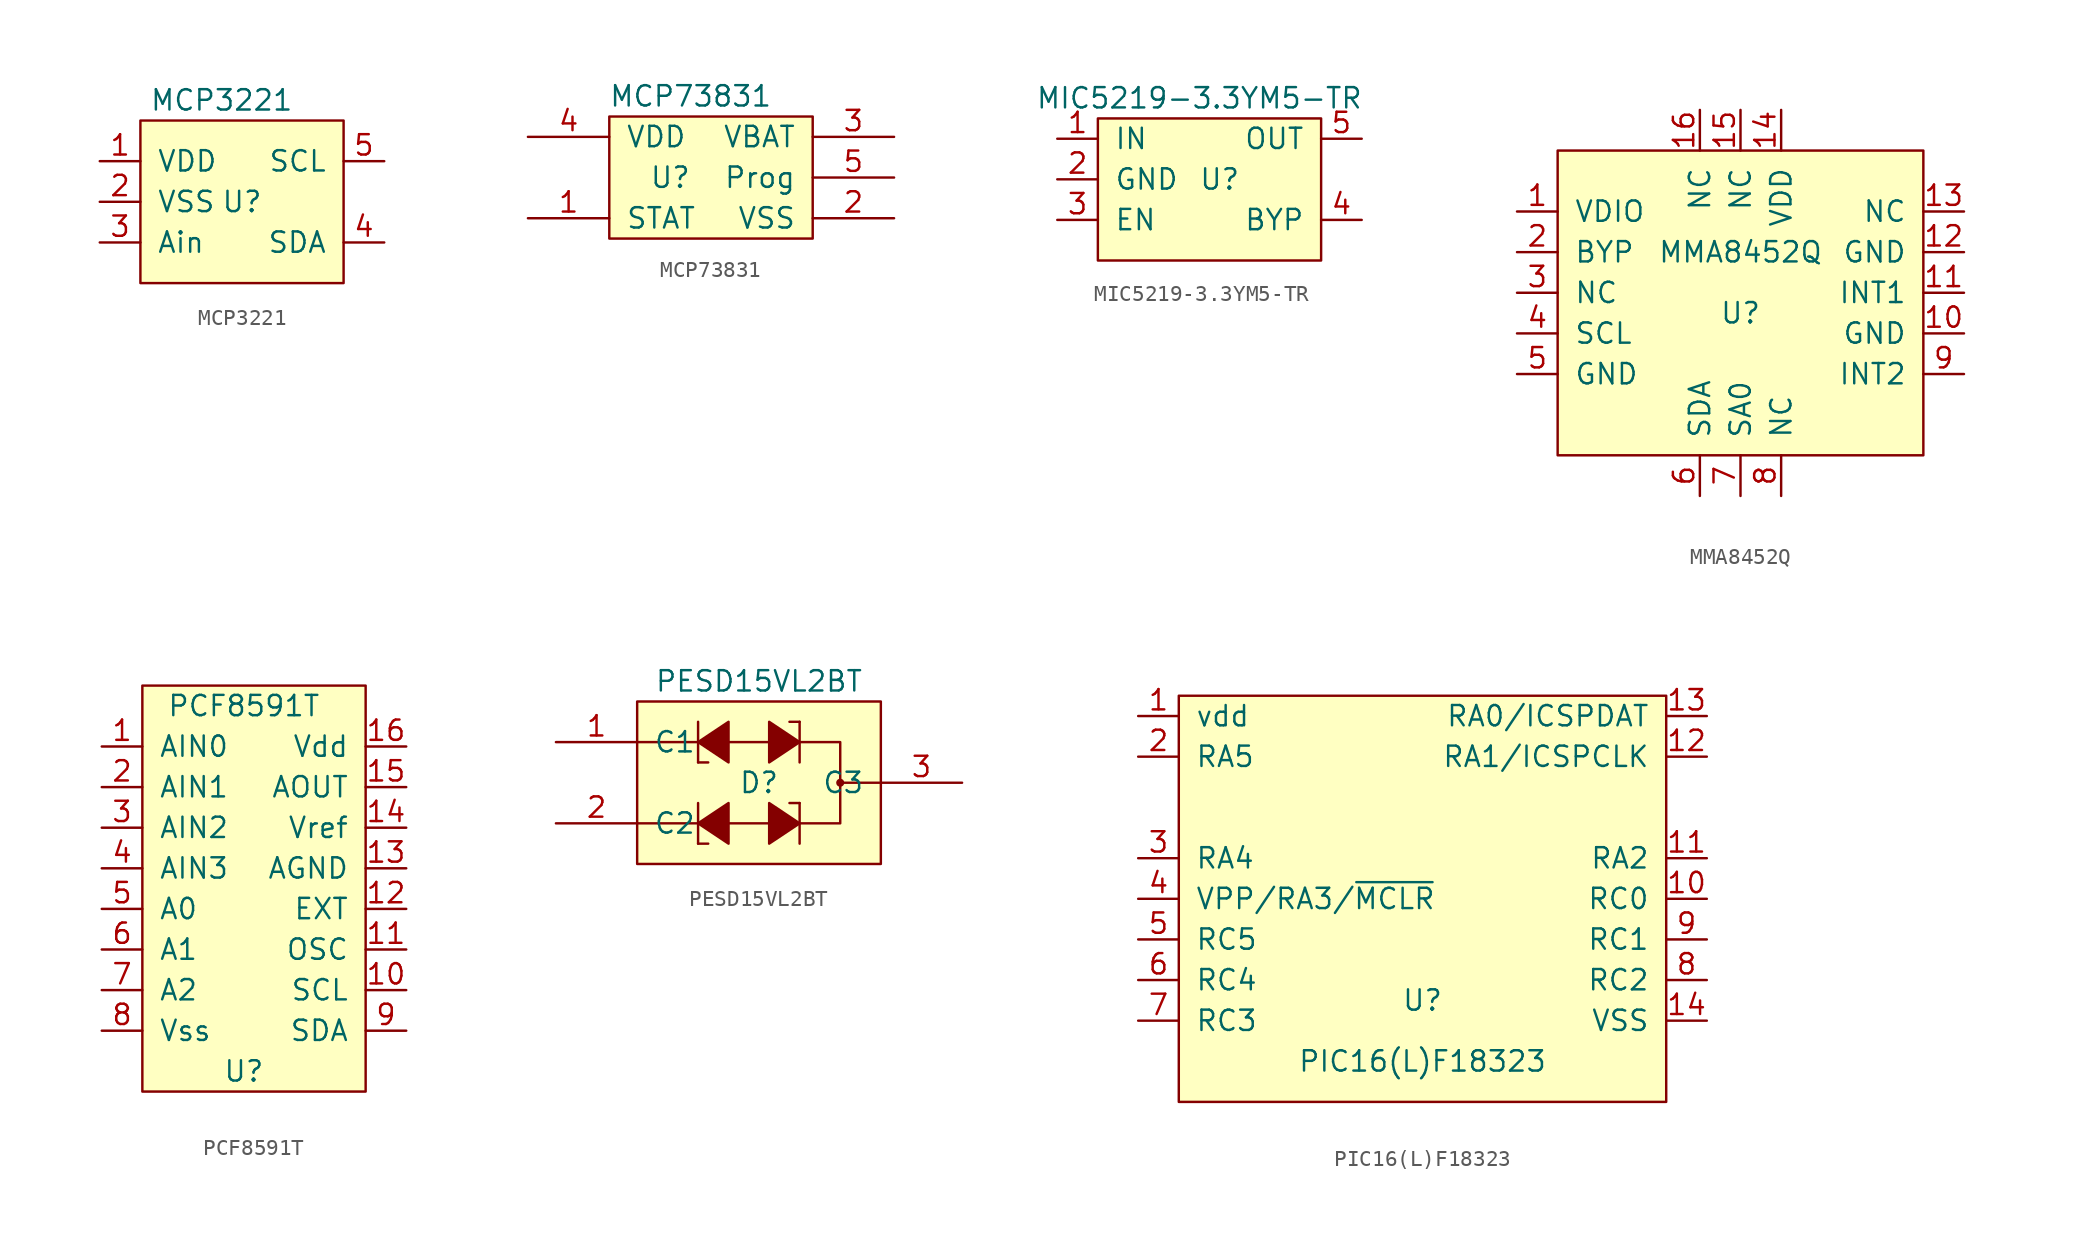
<source format=kicad_sym>
(kicad_symbol_lib
  (version 20201005)
  (generator kicad_symbol_editor)
  (symbol "Halfgelijders:MCP3221"
    (pin_names
      (offset 1.016))
    (property "Reference" "U"
      (at 2.54 0 0)
      (effects (font (size 1.27 1.27))))
    (property "Value" "MCP3221"
      (at 1.27 6.35 0)
      (effects (font (size 1.27 1.27))))
    (symbol "MCP3221_0_1"
      (rectangle (start -3.81 5.08) (end 8.89 -5.08) (stroke (width 0)) (fill (type background))))
    (symbol "MCP3221_1_1"
      (pin power_in line (at -6.35 2.54 0) (length 2.54) (name "VDD" (effects (font (size 1.27 1.27)))) (number "1" (effects (font (size 1.27 1.27)))))
      (pin power_out line (at -6.35 0 0) (length 2.54) (name "VSS" (effects (font (size 1.27 1.27)))) (number "2" (effects (font (size 1.27 1.27)))))
      (pin input line (at -6.35 -2.54 0) (length 2.54) (name "Ain" (effects (font (size 1.27 1.27)))) (number "3" (effects (font (size 1.27 1.27)))))
      (pin bidirectional line (at 11.43 -2.54 180) (length 2.54) (name "SDA" (effects (font (size 1.27 1.27)))) (number "4" (effects (font (size 1.27 1.27)))))
      (pin input line (at 11.43 2.54 180) (length 2.54) (name "SCL" (effects (font (size 1.27 1.27)))) (number "5" (effects (font (size 1.27 1.27)))))))
  (symbol "Halfgelijders:MCP73831"
    (pin_names
      (offset 1.016))
    (property "Reference" "U"
      (at 8.89 5.08 0)
      (effects (font (size 1.27 1.27))))
    (property "Value" "MCP73831"
      (at 10.16 10.16 0)
      (effects (font (size 1.27 1.27))))
    (symbol "MCP73831_0_1"
      (rectangle (start 5.08 8.89) (end 17.78 1.27) (stroke (width 0)) (fill (type background))))
    (symbol "MCP73831_1_1"
      (pin passive line (at 0 2.54 0) (length 5.08) (name "STAT" (effects (font (size 1.27 1.27)))) (number "1" (effects (font (size 1.27 1.27)))))
      (pin passive line (at 22.86 2.54 180) (length 5.08) (name "VSS" (effects (font (size 1.27 1.27)))) (number "2" (effects (font (size 1.27 1.27)))))
      (pin input line (at 22.86 7.62 180) (length 5.08) (name "VBAT" (effects (font (size 1.27 1.27)))) (number "3" (effects (font (size 1.27 1.27)))))
      (pin passive line (at 0 7.62 0) (length 5.08) (name "VDD" (effects (font (size 1.27 1.27)))) (number "4" (effects (font (size 1.27 1.27)))))
      (pin passive line (at 22.86 5.08 180) (length 5.08) (name "Prog" (effects (font (size 1.27 1.27)))) (number "5" (effects (font (size 1.27 1.27)))))))
  (symbol "Halfgelijders:MIC5219-3.3YM5-TR"
    (pin_names
      (offset 1.016))
    (property "Reference" "U"
      (at 7.62 -2.54 0)
      (effects (font (size 1.27 1.27))))
    (property "Value" "MIC5219-3.3YM5-TR"
      (at 6.35 2.54 0)
      (effects (font (size 1.27 1.27))))
    (symbol "MIC5219-3.3YM5-TR_0_1"
      (rectangle (start 0 1.27) (end 13.97 -7.62) (stroke (width 0)) (fill (type background))))
    (symbol "MIC5219-3.3YM5-TR_1_1"
      (pin power_in line (at -2.54 0 0) (length 2.54) (name "IN" (effects (font (size 1.27 1.27)))) (number "1" (effects (font (size 1.27 1.27)))))
      (pin power_out line (at -2.54 -2.54 0) (length 2.54) (name "GND" (effects (font (size 1.27 1.27)))) (number "2" (effects (font (size 1.27 1.27)))))
      (pin input line (at -2.54 -5.08 0) (length 2.54) (name "EN" (effects (font (size 1.27 1.27)))) (number "3" (effects (font (size 1.27 1.27)))))
      (pin output line (at 16.51 -5.08 180) (length 2.54) (name "BYP" (effects (font (size 1.27 1.27)))) (number "4" (effects (font (size 1.27 1.27)))))
      (pin power_out line (at 16.51 0 180) (length 2.54) (name "OUT" (effects (font (size 1.27 1.27)))) (number "5" (effects (font (size 1.27 1.27)))))))
  (symbol "Halfgelijders:MMA8452Q"
    (pin_names
      (offset 1.016))
    (property "Reference" "U"
      (at 11.43 -6.35 0)
      (effects (font (size 1.27 1.27))))
    (property "Value" "MMA8452Q"
      (at 11.43 -2.54 0)
      (effects (font (size 1.27 1.27))))
    (symbol "MMA8452Q_0_0"
      (rectangle (start 0 3.81) (end 22.86 -15.24) (stroke (width 0)) (fill (type background))))
    (symbol "MMA8452Q_1_1"
      (pin input line (at -2.54 0 0) (length 2.54) (name "VDIO" (effects (font (size 1.27 1.27)))) (number "1" (effects (font (size 1.27 1.27)))))
      (pin input line (at 25.4 -7.62 180) (length 2.54) (name "GND" (effects (font (size 1.27 1.27)))) (number "10" (effects (font (size 1.27 1.27)))))
      (pin input line (at 25.4 -5.08 180) (length 2.54) (name "INT1" (effects (font (size 1.27 1.27)))) (number "11" (effects (font (size 1.27 1.27)))))
      (pin input line (at 25.4 -2.54 180) (length 2.54) (name "GND" (effects (font (size 1.27 1.27)))) (number "12" (effects (font (size 1.27 1.27)))))
      (pin input line (at 25.4 0 180) (length 2.54) (name "NC" (effects (font (size 1.27 1.27)))) (number "13" (effects (font (size 1.27 1.27)))))
      (pin input line (at 13.97 6.35 270) (length 2.54) (name "VDD" (effects (font (size 1.27 1.27)))) (number "14" (effects (font (size 1.27 1.27)))))
      (pin input line (at 11.43 6.35 270) (length 2.54) (name "NC" (effects (font (size 1.27 1.27)))) (number "15" (effects (font (size 1.27 1.27)))))
      (pin input line (at 8.89 6.35 270) (length 2.54) (name "NC" (effects (font (size 1.27 1.27)))) (number "16" (effects (font (size 1.27 1.27)))))
      (pin input line (at -2.54 -2.54 0) (length 2.54) (name "BYP" (effects (font (size 1.27 1.27)))) (number "2" (effects (font (size 1.27 1.27)))))
      (pin input line (at -2.54 -5.08 0) (length 2.54) (name "NC" (effects (font (size 1.27 1.27)))) (number "3" (effects (font (size 1.27 1.27)))))
      (pin input line (at -2.54 -7.62 0) (length 2.54) (name "SCL" (effects (font (size 1.27 1.27)))) (number "4" (effects (font (size 1.27 1.27)))))
      (pin input line (at -2.54 -10.16 0) (length 2.54) (name "GND" (effects (font (size 1.27 1.27)))) (number "5" (effects (font (size 1.27 1.27)))))
      (pin input line (at 8.89 -17.78 90) (length 2.54) (name "SDA" (effects (font (size 1.27 1.27)))) (number "6" (effects (font (size 1.27 1.27)))))
      (pin input line (at 11.43 -17.78 90) (length 2.54) (name "SA0" (effects (font (size 1.27 1.27)))) (number "7" (effects (font (size 1.27 1.27)))))
      (pin input line (at 13.97 -17.78 90) (length 2.54) (name "NC" (effects (font (size 1.27 1.27)))) (number "8" (effects (font (size 1.27 1.27)))))
      (pin input line (at 25.4 -10.16 180) (length 2.54) (name "INT2" (effects (font (size 1.27 1.27)))) (number "9" (effects (font (size 1.27 1.27)))))))
  (symbol "Halfgelijders:PCF8591T"
    (pin_names
      (offset 1.016))
    (property "Reference" "U"
      (at 0 -11.43 0)
      (effects (font (size 1.27 1.27))))
    (property "Value" "PCF8591T"
      (at 0 11.43 0)
      (effects (font (size 1.27 1.27))))
    (symbol "PCF8591T_0_1"
      (rectangle (start -6.35 12.7) (end 7.62 -12.7) (stroke (width 0)) (fill (type background))))
    (symbol "PCF8591T_1_1"
      (pin input line (at -8.89 8.89 0) (length 2.54) (name "AIN0" (effects (font (size 1.27 1.27)))) (number "1" (effects (font (size 1.27 1.27)))))
      (pin bidirectional line (at 10.16 -6.35 180) (length 2.54) (name "SCL" (effects (font (size 1.27 1.27)))) (number "10" (effects (font (size 1.27 1.27)))))
      (pin bidirectional line (at 10.16 -3.81 180) (length 2.54) (name "OSC" (effects (font (size 1.27 1.27)))) (number "11" (effects (font (size 1.27 1.27)))))
      (pin bidirectional line (at 10.16 -1.27 180) (length 2.54) (name "EXT" (effects (font (size 1.27 1.27)))) (number "12" (effects (font (size 1.27 1.27)))))
      (pin power_out line (at 10.16 1.27 180) (length 2.54) (name "AGND" (effects (font (size 1.27 1.27)))) (number "13" (effects (font (size 1.27 1.27)))))
      (pin power_in line (at 10.16 3.81 180) (length 2.54) (name "Vref" (effects (font (size 1.27 1.27)))) (number "14" (effects (font (size 1.27 1.27)))))
      (pin bidirectional line (at 10.16 6.35 180) (length 2.54) (name "AOUT" (effects (font (size 1.27 1.27)))) (number "15" (effects (font (size 1.27 1.27)))))
      (pin power_in line (at 10.16 8.89 180) (length 2.54) (name "Vdd" (effects (font (size 1.27 1.27)))) (number "16" (effects (font (size 1.27 1.27)))))
      (pin input line (at -8.89 6.35 0) (length 2.54) (name "AIN1" (effects (font (size 1.27 1.27)))) (number "2" (effects (font (size 1.27 1.27)))))
      (pin input line (at -8.89 3.81 0) (length 2.54) (name "AIN2" (effects (font (size 1.27 1.27)))) (number "3" (effects (font (size 1.27 1.27)))))
      (pin input line (at -8.89 1.27 0) (length 2.54) (name "AIN3" (effects (font (size 1.27 1.27)))) (number "4" (effects (font (size 1.27 1.27)))))
      (pin input line (at -8.89 -1.27 0) (length 2.54) (name "A0" (effects (font (size 1.27 1.27)))) (number "5" (effects (font (size 1.27 1.27)))))
      (pin input line (at -8.89 -3.81 0) (length 2.54) (name "A1" (effects (font (size 1.27 1.27)))) (number "6" (effects (font (size 1.27 1.27)))))
      (pin input line (at -8.89 -6.35 0) (length 2.54) (name "A2" (effects (font (size 1.27 1.27)))) (number "7" (effects (font (size 1.27 1.27)))))
      (pin power_out line (at -8.89 -8.89 0) (length 2.54) (name "Vss" (effects (font (size 1.27 1.27)))) (number "8" (effects (font (size 1.27 1.27)))))
      (pin bidirectional line (at 10.16 -8.89 180) (length 2.54) (name "SDA" (effects (font (size 1.27 1.27)))) (number "9" (effects (font (size 1.27 1.27)))))))
  (symbol "Halfgelijders:PESD15VL2BT"
    (pin_names
      (offset 1.016))
    (property "Reference" "D"
      (at 0 0 0)
      (effects (font (size 1.27 1.27))))
    (property "Value" "PESD15VL2BT"
      (at 0 6.35 0)
      (effects (font (size 1.27 1.27))))
    (symbol "PESD15VL2BT_1_1"
      (circle (center 5.08 0) (radius 0.178) (stroke (width 0)) (fill (type outline)))
      (rectangle (start -7.62 5.08) (end 7.62 -5.08) (stroke (width 0)) (fill (type background)))
      (polyline (pts (xy -3.81 -3.81) (xy -3.175 -3.81)) (stroke (width 0)) (fill (type none)))
      (polyline (pts (xy -3.81 -2.54) (xy -7.62 -2.54)) (stroke (width 0)) (fill (type none)))
      (polyline (pts (xy -3.81 -1.27) (xy -3.81 -3.81)) (stroke (width 0)) (fill (type none)))
      (polyline (pts (xy -3.81 1.27) (xy -3.175 1.27)) (stroke (width 0)) (fill (type none)))
      (polyline (pts (xy -3.81 2.54) (xy -7.62 2.54)) (stroke (width 0)) (fill (type none)))
      (polyline (pts (xy -3.81 3.81) (xy -3.81 1.27)) (stroke (width 0)) (fill (type none)))
      (polyline (pts (xy 0.635 -2.54) (xy -1.905 -2.54)) (stroke (width 0)) (fill (type none)))
      (polyline (pts (xy 0.635 2.54) (xy -1.905 2.54)) (stroke (width 0)) (fill (type none)))
      (polyline (pts (xy 0.635 2.54) (xy 0.635 2.54)) (stroke (width 0)) (fill (type none)))
      (polyline (pts (xy 2.54 -1.27) (xy 1.905 -1.27)) (stroke (width 0)) (fill (type none)))
      (polyline (pts (xy 2.54 -1.27) (xy 2.54 -3.81)) (stroke (width 0)) (fill (type none)))
      (polyline (pts (xy 2.54 3.81) (xy 1.905 3.81)) (stroke (width 0)) (fill (type none)))
      (polyline (pts (xy 2.54 3.81) (xy 2.54 1.27)) (stroke (width 0)) (fill (type none)))
      (polyline (pts (xy 5.08 0) (xy 7.62 0)) (stroke (width 0)) (fill (type none)))
      (polyline (pts (xy 2.54 2.54) (xy 5.08 2.54) (xy 5.08 -2.54) (xy 2.54 -2.54)) (stroke (width 0)) (fill (type none)))
      (polyline (pts (xy -1.905 -1.27) (xy -1.905 -3.81) (xy -3.81 -2.54) (xy -1.905 -1.27)) (stroke (width 0)) (fill (type outline)))
      (polyline (pts (xy -1.905 1.27) (xy -1.905 3.81) (xy -3.81 2.54) (xy -1.905 1.27)) (stroke (width 0)) (fill (type outline)))
      (polyline (pts (xy 0.635 -1.27) (xy 0.635 -3.81) (xy 2.54 -2.54) (xy 0.635 -1.27)) (stroke (width 0)) (fill (type outline)))
      (polyline (pts (xy 0.635 3.81) (xy 0.635 1.27) (xy 2.54 2.54) (xy 0.635 3.81)) (stroke (width 0)) (fill (type outline)))
      (pin bidirectional line (at -12.7 2.54 0) (length 5.08) (name "C1" (effects (font (size 1.27 1.27)))) (number "1" (effects (font (size 1.27 1.27)))))
      (pin bidirectional line (at -12.7 -2.54 0) (length 5.08) (name "C2" (effects (font (size 1.27 1.27)))) (number "2" (effects (font (size 1.27 1.27)))))
      (pin bidirectional line (at 12.7 0 180) (length 5.08) (name "C3" (effects (font (size 1.27 1.27)))) (number "3" (effects (font (size 1.27 1.27)))))))
  (symbol "Halfgelijders:PIC16(L)F18323"
    (pin_names
      (offset 1.016))
    (property "Reference" "U"
      (at 2.54 -10.16 0)
      (effects (font (size 1.27 1.27))))
    (property "Value" "PIC16(L)F18323"
      (at 2.54 -13.97 0)
      (effects (font (size 1.27 1.27))))
    (symbol "PIC16(L)F18323_0_1"
      (rectangle (start -12.7 8.89) (end 17.78 -16.51) (stroke (width 0)) (fill (type background))))
    (symbol "PIC16(L)F18323_1_1"
      (pin input line (at -15.24 7.62 0) (length 2.54) (name "vdd" (effects (font (size 1.27 1.27)))) (number "1" (effects (font (size 1.27 1.27)))))
      (pin input line (at 20.32 -3.81 180) (length 2.54) (name "RC0" (effects (font (size 1.27 1.27)))) (number "10" (effects (font (size 1.27 1.27)))))
      (pin input line (at 20.32 -1.27 180) (length 2.54) (name "RA2" (effects (font (size 1.27 1.27)))) (number "11" (effects (font (size 1.27 1.27)))))
      (pin input line (at 20.32 5.08 180) (length 2.54) (name "RA1/ICSPCLK" (effects (font (size 1.27 1.27)))) (number "12" (effects (font (size 1.27 1.27)))))
      (pin input line (at 20.32 7.62 180) (length 2.54) (name "RA0/ICSPDAT" (effects (font (size 1.27 1.27)))) (number "13" (effects (font (size 1.27 1.27)))))
      (pin input line (at 20.32 -11.43 180) (length 2.54) (name "VSS" (effects (font (size 1.27 1.27)))) (number "14" (effects (font (size 1.27 1.27)))))
      (pin input line (at -15.24 5.08 0) (length 2.54) (name "RA5" (effects (font (size 1.27 1.27)))) (number "2" (effects (font (size 1.27 1.27)))))
      (pin input line (at -15.24 -1.27 0) (length 2.54) (name "RA4" (effects (font (size 1.27 1.27)))) (number "3" (effects (font (size 1.27 1.27)))))
      (pin input line (at -15.24 -3.81 0) (length 2.54) (name "VPP/RA3/~MCLR" (effects (font (size 1.27 1.27)))) (number "4" (effects (font (size 1.27 1.27)))))
      (pin input line (at -15.24 -6.35 0) (length 2.54) (name "RC5" (effects (font (size 1.27 1.27)))) (number "5" (effects (font (size 1.27 1.27)))))
      (pin input line (at -15.24 -8.89 0) (length 2.54) (name "RC4" (effects (font (size 1.27 1.27)))) (number "6" (effects (font (size 1.27 1.27)))))
      (pin input line (at -15.24 -11.43 0) (length 2.54) (name "RC3" (effects (font (size 1.27 1.27)))) (number "7" (effects (font (size 1.27 1.27)))))
      (pin input line (at 20.32 -8.89 180) (length 2.54) (name "RC2" (effects (font (size 1.27 1.27)))) (number "8" (effects (font (size 1.27 1.27)))))
      (pin input line (at 20.32 -6.35 180) (length 2.54) (name "RC1" (effects (font (size 1.27 1.27)))) (number "9" (effects (font (size 1.27 1.27))))))))
</source>
